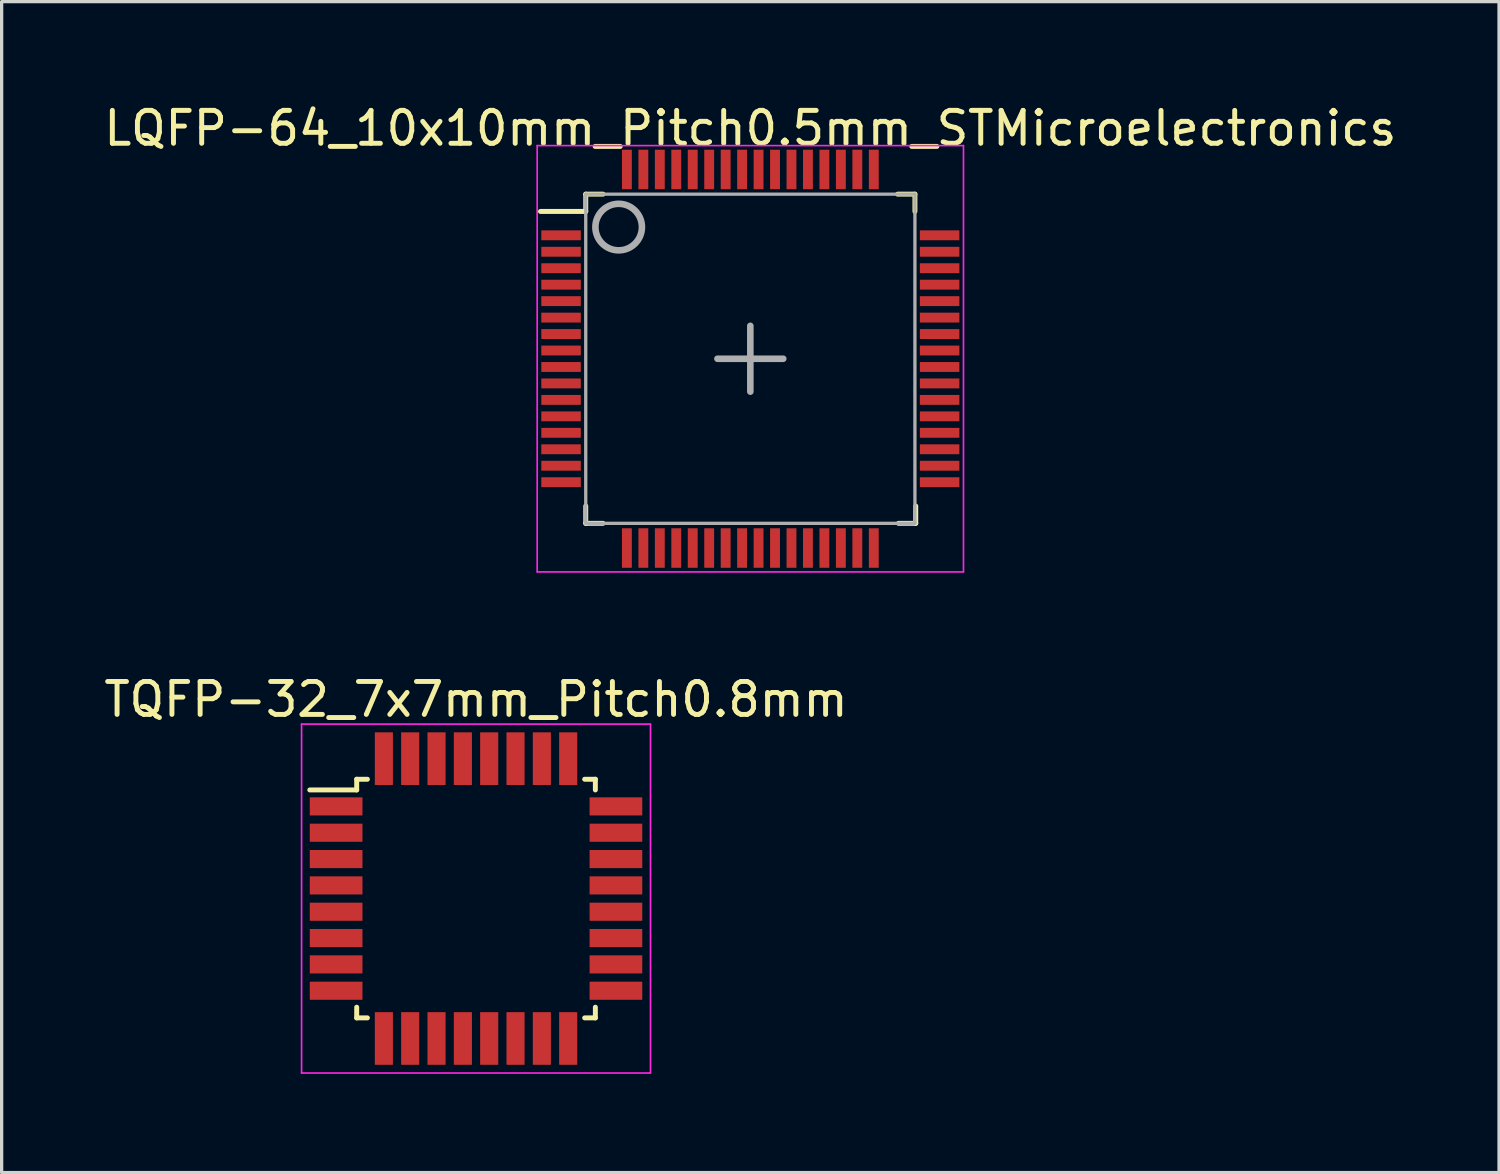
<source format=kicad_pcb>
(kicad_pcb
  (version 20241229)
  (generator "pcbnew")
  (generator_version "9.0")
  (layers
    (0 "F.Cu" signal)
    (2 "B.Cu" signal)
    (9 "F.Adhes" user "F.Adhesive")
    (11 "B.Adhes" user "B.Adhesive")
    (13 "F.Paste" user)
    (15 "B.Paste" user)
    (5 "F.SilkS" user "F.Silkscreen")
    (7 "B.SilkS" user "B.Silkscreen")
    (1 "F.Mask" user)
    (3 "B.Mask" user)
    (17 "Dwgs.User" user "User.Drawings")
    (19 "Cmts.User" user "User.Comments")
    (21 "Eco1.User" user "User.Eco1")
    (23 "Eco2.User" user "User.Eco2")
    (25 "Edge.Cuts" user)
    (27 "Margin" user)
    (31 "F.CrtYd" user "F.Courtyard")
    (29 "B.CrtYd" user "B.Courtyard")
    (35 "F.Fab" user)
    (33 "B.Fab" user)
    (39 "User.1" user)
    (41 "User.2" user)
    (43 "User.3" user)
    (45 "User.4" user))
  (footprint "LQFP-64_10x10mm_Pitch0.5mm_STMicroelectronics"
    (layer "F.Cu")
    (at 19.744 7.848)
    (property "Reference" "LQFP-64_10x10mm_Pitch0.5mm_STMicroelectronics" (at 0 -7 0) (layer "F.SilkS") (effects (font (size 1 1) (thickness 0.15))))
    (attr smd)
    (fp_line (start -5 -5) (end -5 -4.475) (stroke (width 0.15) (type solid)) (layer "F.SilkS"))
    (fp_line (start -5 -5) (end -4.475 -5) (stroke (width 0.15) (type solid)) (layer "F.SilkS"))
    (fp_line (start -5 -4.475) (end -6.375 -4.475) (stroke (width 0.15) (type solid)) (layer "F.SilkS"))
    (fp_line (start -5 5) (end -5 4.475) (stroke (width 0.15) (type solid)) (layer "F.SilkS"))
    (fp_line (start -5 5) (end -4.475 5) (stroke (width 0.15) (type solid)) (layer "F.SilkS"))
    (fp_line (start 5 -5) (end 4.475 -5) (stroke (width 0.15) (type solid)) (layer "F.SilkS"))
    (fp_line (start 5 -5) (end 5 -4.475) (stroke (width 0.15) (type solid)) (layer "F.SilkS"))
    (fp_line (start 5.025 5) (end 4.5 5) (stroke (width 0.15) (type solid)) (layer "F.SilkS"))
    (fp_line (start 5.025 5) (end 5.025 4.475) (stroke (width 0.15) (type solid)) (layer "F.SilkS"))
    (fp_line (start -6.475 -6.475) (end -6.475 6.475) (stroke (width 0.05) (type solid)) (layer "F.CrtYd"))
    (fp_line (start -6.475 -6.475) (end 6.475 -6.475) (stroke (width 0.05) (type solid)) (layer "F.CrtYd"))
    (fp_line (start -6.475 6.475) (end 6.475 6.475) (stroke (width 0.05) (type solid)) (layer "F.CrtYd"))
    (fp_line (start 6.475 -6.475) (end 6.475 6.475) (stroke (width 0.05) (type solid)) (layer "F.CrtYd"))
    (fp_line (start -5 -5) (end 5 -5) (stroke (width 0.1) (type solid)) (layer "F.Fab"))
    (fp_line (start -5 5) (end -5 -5) (stroke (width 0.1) (type solid)) (layer "F.Fab"))
    (fp_line (start -1 0) (end 1 0) (stroke (width 0.2) (type solid)) (layer "F.Fab"))
    (fp_line (start 0 -1) (end 0 1) (stroke (width 0.2) (type solid)) (layer "F.Fab"))
    (fp_line (start 5 -5) (end 5 5) (stroke (width 0.1) (type solid)) (layer "F.Fab"))
    (fp_line (start 5 5) (end -5 5) (stroke (width 0.1) (type solid)) (layer "F.Fab"))
    (fp_circle (center -4 -4) (end -3.5 -3.5) (stroke (width 0.2) (type solid)) (fill no) (layer "F.Fab"))
    (pad "1" smd rect (at -5.75 -3.75) (size 1.2 0.3) (layers "F.Cu" "F.Mask" "F.Paste"))
    (pad "2" smd rect (at -5.75 -3.25) (size 1.2 0.3) (layers "F.Cu" "F.Mask" "F.Paste"))
    (pad "3" smd rect (at -5.75 -2.75) (size 1.2 0.3) (layers "F.Cu" "F.Mask" "F.Paste"))
    (pad "4" smd rect (at -5.75 -2.25) (size 1.2 0.3) (layers "F.Cu" "F.Mask" "F.Paste"))
    (pad "5" smd rect (at -5.75 -1.75) (size 1.2 0.3) (layers "F.Cu" "F.Mask" "F.Paste"))
    (pad "6" smd rect (at -5.75 -1.25) (size 1.2 0.3) (layers "F.Cu" "F.Mask" "F.Paste"))
    (pad "7" smd rect (at -5.75 -0.75) (size 1.2 0.3) (layers "F.Cu" "F.Mask" "F.Paste"))
    (pad "8" smd rect (at -5.75 -0.25) (size 1.2 0.3) (layers "F.Cu" "F.Mask" "F.Paste"))
    (pad "9" smd rect (at -5.75 0.25) (size 1.2 0.3) (layers "F.Cu" "F.Mask" "F.Paste"))
    (pad "10" smd rect (at -5.75 0.75) (size 1.2 0.3) (layers "F.Cu" "F.Mask" "F.Paste"))
    (pad "11" smd rect (at -5.75 1.25) (size 1.2 0.3) (layers "F.Cu" "F.Mask" "F.Paste"))
    (pad "12" smd rect (at -5.75 1.75) (size 1.2 0.3) (layers "F.Cu" "F.Mask" "F.Paste"))
    (pad "13" smd rect (at -5.75 2.25) (size 1.2 0.3) (layers "F.Cu" "F.Mask" "F.Paste"))
    (pad "14" smd rect (at -5.75 2.75) (size 1.2 0.3) (layers "F.Cu" "F.Mask" "F.Paste"))
    (pad "15" smd rect (at -5.75 3.25) (size 1.2 0.3) (layers "F.Cu" "F.Mask" "F.Paste"))
    (pad "16" smd rect (at -5.75 3.75) (size 1.2 0.3) (layers "F.Cu" "F.Mask" "F.Paste"))
    (pad "17" smd rect (at -3.75 5.75 90) (size 1.2 0.3) (layers "F.Cu" "F.Mask" "F.Paste"))
    (pad "18" smd rect (at -3.25 5.75 90) (size 1.2 0.3) (layers "F.Cu" "F.Mask" "F.Paste"))
    (pad "19" smd rect (at -2.75 5.75 90) (size 1.2 0.3) (layers "F.Cu" "F.Mask" "F.Paste"))
    (pad "20" smd rect (at -2.25 5.75 90) (size 1.2 0.3) (layers "F.Cu" "F.Mask" "F.Paste"))
    (pad "21" smd rect (at -1.75 5.75 90) (size 1.2 0.3) (layers "F.Cu" "F.Mask" "F.Paste"))
    (pad "22" smd rect (at -1.25 5.75 90) (size 1.2 0.3) (layers "F.Cu" "F.Mask" "F.Paste"))
    (pad "23" smd rect (at -0.75 5.75 90) (size 1.2 0.3) (layers "F.Cu" "F.Mask" "F.Paste"))
    (pad "24" smd rect (at -0.25 5.75 90) (size 1.2 0.3) (layers "F.Cu" "F.Mask" "F.Paste"))
    (pad "25" smd rect (at 0.25 5.75 90) (size 1.2 0.3) (layers "F.Cu" "F.Mask" "F.Paste"))
    (pad "26" smd rect (at 0.75 5.75 90) (size 1.2 0.3) (layers "F.Cu" "F.Mask" "F.Paste"))
    (pad "27" smd rect (at 1.25 5.75 90) (size 1.2 0.3) (layers "F.Cu" "F.Mask" "F.Paste"))
    (pad "28" smd rect (at 1.75 5.75 90) (size 1.2 0.3) (layers "F.Cu" "F.Mask" "F.Paste"))
    (pad "29" smd rect (at 2.25 5.75 90) (size 1.2 0.3) (layers "F.Cu" "F.Mask" "F.Paste"))
    (pad "30" smd rect (at 2.75 5.75 90) (size 1.2 0.3) (layers "F.Cu" "F.Mask" "F.Paste"))
    (pad "31" smd rect (at 3.25 5.75 90) (size 1.2 0.3) (layers "F.Cu" "F.Mask" "F.Paste"))
    (pad "32" smd rect (at 3.75 5.75 90) (size 1.2 0.3) (layers "F.Cu" "F.Mask" "F.Paste"))
    (pad "33" smd rect (at 5.75 3.75) (size 1.2 0.3) (layers "F.Cu" "F.Mask" "F.Paste"))
    (pad "34" smd rect (at 5.75 3.25) (size 1.2 0.3) (layers "F.Cu" "F.Mask" "F.Paste"))
    (pad "35" smd rect (at 5.75 2.75) (size 1.2 0.3) (layers "F.Cu" "F.Mask" "F.Paste"))
    (pad "36" smd rect (at 5.75 2.25) (size 1.2 0.3) (layers "F.Cu" "F.Mask" "F.Paste"))
    (pad "37" smd rect (at 5.75 1.75) (size 1.2 0.3) (layers "F.Cu" "F.Mask" "F.Paste"))
    (pad "38" smd rect (at 5.75 1.25) (size 1.2 0.3) (layers "F.Cu" "F.Mask" "F.Paste"))
    (pad "39" smd rect (at 5.75 0.75) (size 1.2 0.3) (layers "F.Cu" "F.Mask" "F.Paste"))
    (pad "40" smd rect (at 5.75 0.25) (size 1.2 0.3) (layers "F.Cu" "F.Mask" "F.Paste"))
    (pad "41" smd rect (at 5.75 -0.25) (size 1.2 0.3) (layers "F.Cu" "F.Mask" "F.Paste"))
    (pad "42" smd rect (at 5.75 -0.75) (size 1.2 0.3) (layers "F.Cu" "F.Mask" "F.Paste"))
    (pad "43" smd rect (at 5.75 -1.25) (size 1.2 0.3) (layers "F.Cu" "F.Mask" "F.Paste"))
    (pad "44" smd rect (at 5.75 -1.75) (size 1.2 0.3) (layers "F.Cu" "F.Mask" "F.Paste"))
    (pad "45" smd rect (at 5.75 -2.25) (size 1.2 0.3) (layers "F.Cu" "F.Mask" "F.Paste"))
    (pad "46" smd rect (at 5.75 -2.75) (size 1.2 0.3) (layers "F.Cu" "F.Mask" "F.Paste"))
    (pad "47" smd rect (at 5.75 -3.25) (size 1.2 0.3) (layers "F.Cu" "F.Mask" "F.Paste"))
    (pad "48" smd rect (at 5.75 -3.75) (size 1.2 0.3) (layers "F.Cu" "F.Mask" "F.Paste"))
    (pad "49" smd rect (at 3.75 -5.75 90) (size 1.2 0.3) (layers "F.Cu" "F.Mask" "F.Paste"))
    (pad "50" smd rect (at 3.25 -5.75 90) (size 1.2 0.3) (layers "F.Cu" "F.Mask" "F.Paste"))
    (pad "51" smd rect (at 2.75 -5.75 90) (size 1.2 0.3) (layers "F.Cu" "F.Mask" "F.Paste"))
    (pad "52" smd rect (at 2.25 -5.75 90) (size 1.2 0.3) (layers "F.Cu" "F.Mask" "F.Paste"))
    (pad "53" smd rect (at 1.75 -5.75 90) (size 1.2 0.3) (layers "F.Cu" "F.Mask" "F.Paste"))
    (pad "54" smd rect (at 1.25 -5.75 90) (size 1.2 0.3) (layers "F.Cu" "F.Mask" "F.Paste"))
    (pad "55" smd rect (at 0.75 -5.75 90) (size 1.2 0.3) (layers "F.Cu" "F.Mask" "F.Paste"))
    (pad "56" smd rect (at 0.25 -5.75 90) (size 1.2 0.3) (layers "F.Cu" "F.Mask" "F.Paste"))
    (pad "57" smd rect (at -0.25 -5.75 90) (size 1.2 0.3) (layers "F.Cu" "F.Mask" "F.Paste"))
    (pad "58" smd rect (at -0.75 -5.75 90) (size 1.2 0.3) (layers "F.Cu" "F.Mask" "F.Paste"))
    (pad "59" smd rect (at -1.25 -5.75 90) (size 1.2 0.3) (layers "F.Cu" "F.Mask" "F.Paste"))
    (pad "60" smd rect (at -1.75 -5.75 90) (size 1.2 0.3) (layers "F.Cu" "F.Mask" "F.Paste"))
    (pad "61" smd rect (at -2.25 -5.75 90) (size 1.2 0.3) (layers "F.Cu" "F.Mask" "F.Paste"))
    (pad "62" smd rect (at -2.75 -5.75 90) (size 1.2 0.3) (layers "F.Cu" "F.Mask" "F.Paste"))
    (pad "63" smd rect (at -3.25 -5.75 90) (size 1.2 0.3) (layers "F.Cu" "F.Mask" "F.Paste"))
    (pad "64" smd rect (at -3.75 -5.75 90) (size 1.2 0.3) (layers "F.Cu" "F.Mask" "F.Paste")))
  (footprint "TQFP-32_7x7mm_Pitch0.8mm"
    (layer "F.Cu")
    (at 11.411 24.247)
    (property "Reference" "TQFP-32_7x7mm_Pitch0.8mm" (at 0 -6.05 0) (layer "F.SilkS") (effects (font (size 1 1) (thickness 0.15))))
    (attr smd)
    (fp_line (start -3.625 -3.625) (end -3.625 -3.3) (stroke (width 0.15) (type solid)) (layer "F.SilkS"))
    (fp_line (start -3.625 -3.625) (end -3.3 -3.625) (stroke (width 0.15) (type solid)) (layer "F.SilkS"))
    (fp_line (start -3.625 -3.3) (end -5.05 -3.3) (stroke (width 0.15) (type solid)) (layer "F.SilkS"))
    (fp_line (start -3.625 3.625) (end -3.625 3.3) (stroke (width 0.15) (type solid)) (layer "F.SilkS"))
    (fp_line (start -3.625 3.625) (end -3.3 3.625) (stroke (width 0.15) (type solid)) (layer "F.SilkS"))
    (fp_line (start 3.625 -3.625) (end 3.3 -3.625) (stroke (width 0.15) (type solid)) (layer "F.SilkS"))
    (fp_line (start 3.625 -3.625) (end 3.625 -3.3) (stroke (width 0.15) (type solid)) (layer "F.SilkS"))
    (fp_line (start 3.625 3.625) (end 3.3 3.625) (stroke (width 0.15) (type solid)) (layer "F.SilkS"))
    (fp_line (start 3.625 3.625) (end 3.625 3.3) (stroke (width 0.15) (type solid)) (layer "F.SilkS"))
    (fp_line (start -5.3 -5.3) (end -5.3 5.3) (stroke (width 0.05) (type solid)) (layer "F.CrtYd"))
    (fp_line (start -5.3 -5.3) (end 5.3 -5.3) (stroke (width 0.05) (type solid)) (layer "F.CrtYd"))
    (fp_line (start -5.3 5.3) (end 5.3 5.3) (stroke (width 0.05) (type solid)) (layer "F.CrtYd"))
    (fp_line (start 5.3 -5.3) (end 5.3 5.3) (stroke (width 0.05) (type solid)) (layer "F.CrtYd"))
    (pad "1" smd rect (at -4.25 -2.8) (size 1.6 0.55) (layers "F.Cu" "F.Mask" "F.Paste"))
    (pad "2" smd rect (at -4.25 -2) (size 1.6 0.55) (layers "F.Cu" "F.Mask" "F.Paste"))
    (pad "3" smd rect (at -4.25 -1.2) (size 1.6 0.55) (layers "F.Cu" "F.Mask" "F.Paste"))
    (pad "4" smd rect (at -4.25 -0.4) (size 1.6 0.55) (layers "F.Cu" "F.Mask" "F.Paste"))
    (pad "5" smd rect (at -4.25 0.4) (size 1.6 0.55) (layers "F.Cu" "F.Mask" "F.Paste"))
    (pad "6" smd rect (at -4.25 1.2) (size 1.6 0.55) (layers "F.Cu" "F.Mask" "F.Paste"))
    (pad "7" smd rect (at -4.25 2) (size 1.6 0.55) (layers "F.Cu" "F.Mask" "F.Paste"))
    (pad "8" smd rect (at -4.25 2.8) (size 1.6 0.55) (layers "F.Cu" "F.Mask" "F.Paste"))
    (pad "9" smd rect (at -2.8 4.25 90) (size 1.6 0.55) (layers "F.Cu" "F.Mask" "F.Paste"))
    (pad "10" smd rect (at -2 4.25 90) (size 1.6 0.55) (layers "F.Cu" "F.Mask" "F.Paste"))
    (pad "11" smd rect (at -1.2 4.25 90) (size 1.6 0.55) (layers "F.Cu" "F.Mask" "F.Paste"))
    (pad "12" smd rect (at -0.4 4.25 90) (size 1.6 0.55) (layers "F.Cu" "F.Mask" "F.Paste"))
    (pad "13" smd rect (at 0.4 4.25 90) (size 1.6 0.55) (layers "F.Cu" "F.Mask" "F.Paste"))
    (pad "14" smd rect (at 1.2 4.25 90) (size 1.6 0.55) (layers "F.Cu" "F.Mask" "F.Paste"))
    (pad "15" smd rect (at 2 4.25 90) (size 1.6 0.55) (layers "F.Cu" "F.Mask" "F.Paste"))
    (pad "16" smd rect (at 2.8 4.25 90) (size 1.6 0.55) (layers "F.Cu" "F.Mask" "F.Paste"))
    (pad "17" smd rect (at 4.25 2.8) (size 1.6 0.55) (layers "F.Cu" "F.Mask" "F.Paste"))
    (pad "18" smd rect (at 4.25 2) (size 1.6 0.55) (layers "F.Cu" "F.Mask" "F.Paste"))
    (pad "19" smd rect (at 4.25 1.2) (size 1.6 0.55) (layers "F.Cu" "F.Mask" "F.Paste"))
    (pad "20" smd rect (at 4.25 0.4) (size 1.6 0.55) (layers "F.Cu" "F.Mask" "F.Paste"))
    (pad "21" smd rect (at 4.25 -0.4) (size 1.6 0.55) (layers "F.Cu" "F.Mask" "F.Paste"))
    (pad "22" smd rect (at 4.25 -1.2) (size 1.6 0.55) (layers "F.Cu" "F.Mask" "F.Paste"))
    (pad "23" smd rect (at 4.25 -2) (size 1.6 0.55) (layers "F.Cu" "F.Mask" "F.Paste"))
    (pad "24" smd rect (at 4.25 -2.8) (size 1.6 0.55) (layers "F.Cu" "F.Mask" "F.Paste"))
    (pad "25" smd rect (at 2.8 -4.25 90) (size 1.6 0.55) (layers "F.Cu" "F.Mask" "F.Paste"))
    (pad "26" smd rect (at 2 -4.25 90) (size 1.6 0.55) (layers "F.Cu" "F.Mask" "F.Paste"))
    (pad "27" smd rect (at 1.2 -4.25 90) (size 1.6 0.55) (layers "F.Cu" "F.Mask" "F.Paste"))
    (pad "28" smd rect (at 0.4 -4.25 90) (size 1.6 0.55) (layers "F.Cu" "F.Mask" "F.Paste"))
    (pad "29" smd rect (at -0.4 -4.25 90) (size 1.6 0.55) (layers "F.Cu" "F.Mask" "F.Paste"))
    (pad "30" smd rect (at -1.2 -4.25 90) (size 1.6 0.55) (layers "F.Cu" "F.Mask" "F.Paste"))
    (pad "31" smd rect (at -2 -4.25 90) (size 1.6 0.55) (layers "F.Cu" "F.Mask" "F.Paste"))
    (pad "32" smd rect (at -2.8 -4.25 90) (size 1.6 0.55) (layers "F.Cu" "F.Mask" "F.Paste")))
  (gr_rect
    (start -3 -3)
    (end 42.488 32.572)
    (stroke (width 0.1) (type default))
    (fill no)
    (layer "Edge.Cuts")))
</source>
